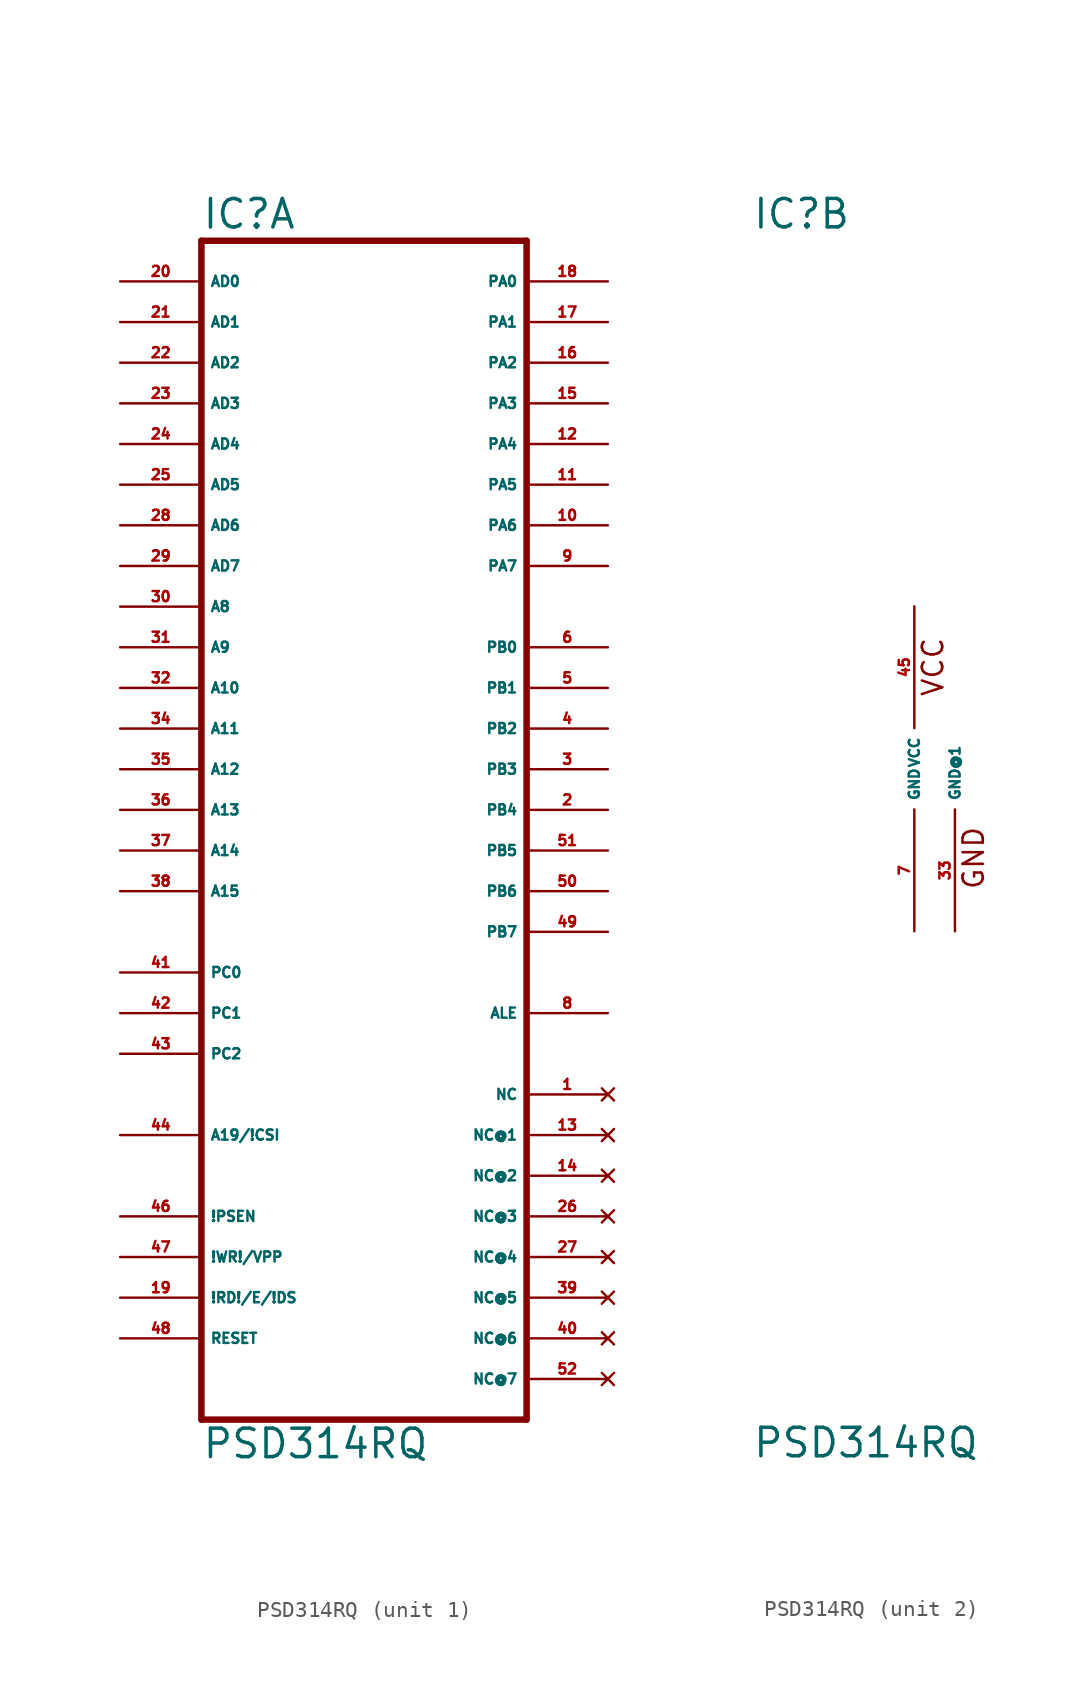
<source format=kicad_sym>
(kicad_symbol_lib
  (version 20220914)
  (generator Eagle2Kicad)
  (symbol "PSD314RQ"
    (property "Reference" "IC"
      (at -10.16 33.655 0)
      (effects (font (size 1.778 1.778) (thickness 0.22)) (justify left bottom)))
    (property "Value" "PSD314RQ"
      (at -10.16 -43.18 0)
      (effects (font (size 1.778 1.778) (thickness 0.22)) (justify left bottom)))
    (symbol "PSD314RQ_1_0"
      (polyline (pts (xy -10.16 -40.64) (xy 10.16 -40.64)) (stroke (width 0.406) (type default)) (fill (type none)))
      (polyline (pts (xy 10.16 -40.64) (xy 10.16 33.02)) (stroke (width 0.406) (type default)) (fill (type none)))
      (polyline (pts (xy 10.16 33.02) (xy -10.16 33.02)) (stroke (width 0.406) (type default)) (fill (type none)))
      (polyline (pts (xy -10.16 33.02) (xy -10.16 -40.64)) (stroke (width 0.406) (type default)) (fill (type none)))
      (pin input line (at -15.24 30.48 0) (length 5.08) (name "AD0" (effects (font (size 0.635 0.635) (thickness 0.08)) (justify left bottom))) (number "20" (effects (font (size 0.635 0.635) (thickness 0.08)) (justify left bottom))))
      (pin input line (at -15.24 27.94 0) (length 5.08) (name "AD1" (effects (font (size 0.635 0.635) (thickness 0.08)) (justify left bottom))) (number "21" (effects (font (size 0.635 0.635) (thickness 0.08)) (justify left bottom))))
      (pin input line (at -15.24 25.4 0) (length 5.08) (name "AD2" (effects (font (size 0.635 0.635) (thickness 0.08)) (justify left bottom))) (number "22" (effects (font (size 0.635 0.635) (thickness 0.08)) (justify left bottom))))
      (pin input line (at -15.24 22.86 0) (length 5.08) (name "AD3" (effects (font (size 0.635 0.635) (thickness 0.08)) (justify left bottom))) (number "23" (effects (font (size 0.635 0.635) (thickness 0.08)) (justify left bottom))))
      (pin input line (at -15.24 20.32 0) (length 5.08) (name "AD4" (effects (font (size 0.635 0.635) (thickness 0.08)) (justify left bottom))) (number "24" (effects (font (size 0.635 0.635) (thickness 0.08)) (justify left bottom))))
      (pin input line (at -15.24 17.78 0) (length 5.08) (name "AD5" (effects (font (size 0.635 0.635) (thickness 0.08)) (justify left bottom))) (number "25" (effects (font (size 0.635 0.635) (thickness 0.08)) (justify left bottom))))
      (pin input line (at -15.24 15.24 0) (length 5.08) (name "AD6" (effects (font (size 0.635 0.635) (thickness 0.08)) (justify left bottom))) (number "28" (effects (font (size 0.635 0.635) (thickness 0.08)) (justify left bottom))))
      (pin input line (at -15.24 12.7 0) (length 5.08) (name "AD7" (effects (font (size 0.635 0.635) (thickness 0.08)) (justify left bottom))) (number "29" (effects (font (size 0.635 0.635) (thickness 0.08)) (justify left bottom))))
      (pin input line (at -15.24 10.16 0) (length 5.08) (name "A8" (effects (font (size 0.635 0.635) (thickness 0.08)) (justify left bottom))) (number "30" (effects (font (size 0.635 0.635) (thickness 0.08)) (justify left bottom))))
      (pin input line (at -15.24 7.62 0) (length 5.08) (name "A9" (effects (font (size 0.635 0.635) (thickness 0.08)) (justify left bottom))) (number "31" (effects (font (size 0.635 0.635) (thickness 0.08)) (justify left bottom))))
      (pin input line (at -15.24 5.08 0) (length 5.08) (name "A10" (effects (font (size 0.635 0.635) (thickness 0.08)) (justify left bottom))) (number "32" (effects (font (size 0.635 0.635) (thickness 0.08)) (justify left bottom))))
      (pin input line (at -15.24 2.54 0) (length 5.08) (name "A11" (effects (font (size 0.635 0.635) (thickness 0.08)) (justify left bottom))) (number "34" (effects (font (size 0.635 0.635) (thickness 0.08)) (justify left bottom))))
      (pin input line (at -15.24 0 0) (length 5.08) (name "A12" (effects (font (size 0.635 0.635) (thickness 0.08)) (justify left bottom))) (number "35" (effects (font (size 0.635 0.635) (thickness 0.08)) (justify left bottom))))
      (pin input line (at -15.24 -2.54 0) (length 5.08) (name "A13" (effects (font (size 0.635 0.635) (thickness 0.08)) (justify left bottom))) (number "36" (effects (font (size 0.635 0.635) (thickness 0.08)) (justify left bottom))))
      (pin input line (at -15.24 -5.08 0) (length 5.08) (name "A14" (effects (font (size 0.635 0.635) (thickness 0.08)) (justify left bottom))) (number "37" (effects (font (size 0.635 0.635) (thickness 0.08)) (justify left bottom))))
      (pin input line (at -15.24 -7.62 0) (length 5.08) (name "A15" (effects (font (size 0.635 0.635) (thickness 0.08)) (justify left bottom))) (number "38" (effects (font (size 0.635 0.635) (thickness 0.08)) (justify left bottom))))
      (pin input line (at -15.24 -12.7 0) (length 5.08) (name "PC0" (effects (font (size 0.635 0.635) (thickness 0.08)) (justify left bottom))) (number "41" (effects (font (size 0.635 0.635) (thickness 0.08)) (justify left bottom))))
      (pin input line (at -15.24 -15.24 0) (length 5.08) (name "PC1" (effects (font (size 0.635 0.635) (thickness 0.08)) (justify left bottom))) (number "42" (effects (font (size 0.635 0.635) (thickness 0.08)) (justify left bottom))))
      (pin input line (at -15.24 -17.78 0) (length 5.08) (name "PC2" (effects (font (size 0.635 0.635) (thickness 0.08)) (justify left bottom))) (number "43" (effects (font (size 0.635 0.635) (thickness 0.08)) (justify left bottom))))
      (pin input line (at -15.24 -22.86 0) (length 5.08) (name "A19/!CSI" (effects (font (size 0.635 0.635) (thickness 0.08)) (justify left bottom))) (number "44" (effects (font (size 0.635 0.635) (thickness 0.08)) (justify left bottom))))
      (pin bidirectional line (at 15.24 30.48 180) (length 5.08) (name "PA0" (effects (font (size 0.635 0.635) (thickness 0.08)) (justify left bottom))) (number "18" (effects (font (size 0.635 0.635) (thickness 0.08)) (justify left bottom))))
      (pin bidirectional line (at 15.24 27.94 180) (length 5.08) (name "PA1" (effects (font (size 0.635 0.635) (thickness 0.08)) (justify left bottom))) (number "17" (effects (font (size 0.635 0.635) (thickness 0.08)) (justify left bottom))))
      (pin bidirectional line (at 15.24 25.4 180) (length 5.08) (name "PA2" (effects (font (size 0.635 0.635) (thickness 0.08)) (justify left bottom))) (number "16" (effects (font (size 0.635 0.635) (thickness 0.08)) (justify left bottom))))
      (pin bidirectional line (at 15.24 22.86 180) (length 5.08) (name "PA3" (effects (font (size 0.635 0.635) (thickness 0.08)) (justify left bottom))) (number "15" (effects (font (size 0.635 0.635) (thickness 0.08)) (justify left bottom))))
      (pin bidirectional line (at 15.24 20.32 180) (length 5.08) (name "PA4" (effects (font (size 0.635 0.635) (thickness 0.08)) (justify left bottom))) (number "12" (effects (font (size 0.635 0.635) (thickness 0.08)) (justify left bottom))))
      (pin bidirectional line (at 15.24 17.78 180) (length 5.08) (name "PA5" (effects (font (size 0.635 0.635) (thickness 0.08)) (justify left bottom))) (number "11" (effects (font (size 0.635 0.635) (thickness 0.08)) (justify left bottom))))
      (pin bidirectional line (at 15.24 15.24 180) (length 5.08) (name "PA6" (effects (font (size 0.635 0.635) (thickness 0.08)) (justify left bottom))) (number "10" (effects (font (size 0.635 0.635) (thickness 0.08)) (justify left bottom))))
      (pin bidirectional line (at 15.24 12.7 180) (length 5.08) (name "PA7" (effects (font (size 0.635 0.635) (thickness 0.08)) (justify left bottom))) (number "9" (effects (font (size 0.635 0.635) (thickness 0.08)) (justify left bottom))))
      (pin output line (at 15.24 7.62 180) (length 5.08) (name "PB0" (effects (font (size 0.635 0.635) (thickness 0.08)) (justify left bottom))) (number "6" (effects (font (size 0.635 0.635) (thickness 0.08)) (justify left bottom))))
      (pin output line (at 15.24 5.08 180) (length 5.08) (name "PB1" (effects (font (size 0.635 0.635) (thickness 0.08)) (justify left bottom))) (number "5" (effects (font (size 0.635 0.635) (thickness 0.08)) (justify left bottom))))
      (pin output line (at 15.24 2.54 180) (length 5.08) (name "PB2" (effects (font (size 0.635 0.635) (thickness 0.08)) (justify left bottom))) (number "4" (effects (font (size 0.635 0.635) (thickness 0.08)) (justify left bottom))))
      (pin output line (at 15.24 0 180) (length 5.08) (name "PB3" (effects (font (size 0.635 0.635) (thickness 0.08)) (justify left bottom))) (number "3" (effects (font (size 0.635 0.635) (thickness 0.08)) (justify left bottom))))
      (pin output line (at 15.24 -2.54 180) (length 5.08) (name "PB4" (effects (font (size 0.635 0.635) (thickness 0.08)) (justify left bottom))) (number "2" (effects (font (size 0.635 0.635) (thickness 0.08)) (justify left bottom))))
      (pin output line (at 15.24 -5.08 180) (length 5.08) (name "PB5" (effects (font (size 0.635 0.635) (thickness 0.08)) (justify left bottom))) (number "51" (effects (font (size 0.635 0.635) (thickness 0.08)) (justify left bottom))))
      (pin output line (at 15.24 -7.62 180) (length 5.08) (name "PB6" (effects (font (size 0.635 0.635) (thickness 0.08)) (justify left bottom))) (number "50" (effects (font (size 0.635 0.635) (thickness 0.08)) (justify left bottom))))
      (pin output line (at 15.24 -10.16 180) (length 5.08) (name "PB7" (effects (font (size 0.635 0.635) (thickness 0.08)) (justify left bottom))) (number "49" (effects (font (size 0.635 0.635) (thickness 0.08)) (justify left bottom))))
      (pin output line (at 15.24 -15.24 180) (length 5.08) (name "ALE" (effects (font (size 0.635 0.635) (thickness 0.08)) (justify left bottom))) (number "8" (effects (font (size 0.635 0.635) (thickness 0.08)) (justify left bottom))))
      (pin input line (at -15.24 -27.94 0) (length 5.08) (name "!PSEN" (effects (font (size 0.635 0.635) (thickness 0.08)) (justify left bottom))) (number "46" (effects (font (size 0.635 0.635) (thickness 0.08)) (justify left bottom))))
      (pin input line (at -15.24 -30.48 0) (length 5.08) (name "!WR!/VPP" (effects (font (size 0.635 0.635) (thickness 0.08)) (justify left bottom))) (number "47" (effects (font (size 0.635 0.635) (thickness 0.08)) (justify left bottom))))
      (pin input line (at -15.24 -33.02 0) (length 5.08) (name "!RD!/E/!DS" (effects (font (size 0.635 0.635) (thickness 0.08)) (justify left bottom))) (number "19" (effects (font (size 0.635 0.635) (thickness 0.08)) (justify left bottom))))
      (pin input line (at -15.24 -35.56 0) (length 5.08) (name "RESET" (effects (font (size 0.635 0.635) (thickness 0.08)) (justify left bottom))) (number "48" (effects (font (size 0.635 0.635) (thickness 0.08)) (justify left bottom))))
      (pin no_connect line (at 15.24 -20.32 180) (length 5.08) (name "NC" (effects (font (size 0.635 0.635) (thickness 0.08)) (justify left bottom) hide)) (number "1" (effects (font (size 0.635 0.635) (thickness 0.08)) (justify left bottom) hide)))
      (pin no_connect line (at 15.24 -22.86 180) (length 5.08) (name "NC@1" (effects (font (size 0.635 0.635) (thickness 0.08)) (justify left bottom) hide)) (number "13" (effects (font (size 0.635 0.635) (thickness 0.08)) (justify left bottom) hide)))
      (pin no_connect line (at 15.24 -25.4 180) (length 5.08) (name "NC@2" (effects (font (size 0.635 0.635) (thickness 0.08)) (justify left bottom) hide)) (number "14" (effects (font (size 0.635 0.635) (thickness 0.08)) (justify left bottom) hide)))
      (pin no_connect line (at 15.24 -27.94 180) (length 5.08) (name "NC@3" (effects (font (size 0.635 0.635) (thickness 0.08)) (justify left bottom) hide)) (number "26" (effects (font (size 0.635 0.635) (thickness 0.08)) (justify left bottom) hide)))
      (pin no_connect line (at 15.24 -30.48 180) (length 5.08) (name "NC@4" (effects (font (size 0.635 0.635) (thickness 0.08)) (justify left bottom) hide)) (number "27" (effects (font (size 0.635 0.635) (thickness 0.08)) (justify left bottom) hide)))
      (pin no_connect line (at 15.24 -33.02 180) (length 5.08) (name "NC@5" (effects (font (size 0.635 0.635) (thickness 0.08)) (justify left bottom) hide)) (number "39" (effects (font (size 0.635 0.635) (thickness 0.08)) (justify left bottom) hide)))
      (pin no_connect line (at 15.24 -35.56 180) (length 5.08) (name "NC@6" (effects (font (size 0.635 0.635) (thickness 0.08)) (justify left bottom) hide)) (number "40" (effects (font (size 0.635 0.635) (thickness 0.08)) (justify left bottom) hide)))
      (pin no_connect line (at 15.24 -38.1 180) (length 5.08) (name "NC@7" (effects (font (size 0.635 0.635) (thickness 0.08)) (justify left bottom) hide)) (number "52" (effects (font (size 0.635 0.635) (thickness 0.08)) (justify left bottom) hide))))
    (symbol "PSD314RQ_2_0"
      (text "VCC" (at 1.905 4.445 900) (effects (font (size 1.27 1.27) (thickness 0.16)) (justify left bottom)))
      (text "GND" (at 4.445 -7.62 900) (effects (font (size 1.27 1.27) (thickness 0.16)) (justify left bottom)))
      (pin unspecified line (at 0 10.16 270) (length 7.62) (name "VCC" (effects (font (size 0.635 0.635) (thickness 0.08)) (justify left bottom))) (number "45" (effects (font (size 0.635 0.635) (thickness 0.08)) (justify left bottom))))
      (pin unspecified line (at 0 -10.16 90) (length 7.62) (name "GND" (effects (font (size 0.635 0.635) (thickness 0.08)) (justify left bottom))) (number "7" (effects (font (size 0.635 0.635) (thickness 0.08)) (justify left bottom))))
      (pin unspecified line (at 2.54 -10.16 90) (length 7.62) (name "GND@1" (effects (font (size 0.635 0.635) (thickness 0.08)) (justify left bottom))) (number "33" (effects (font (size 0.635 0.635) (thickness 0.08)) (justify left bottom)))))))
</source>
